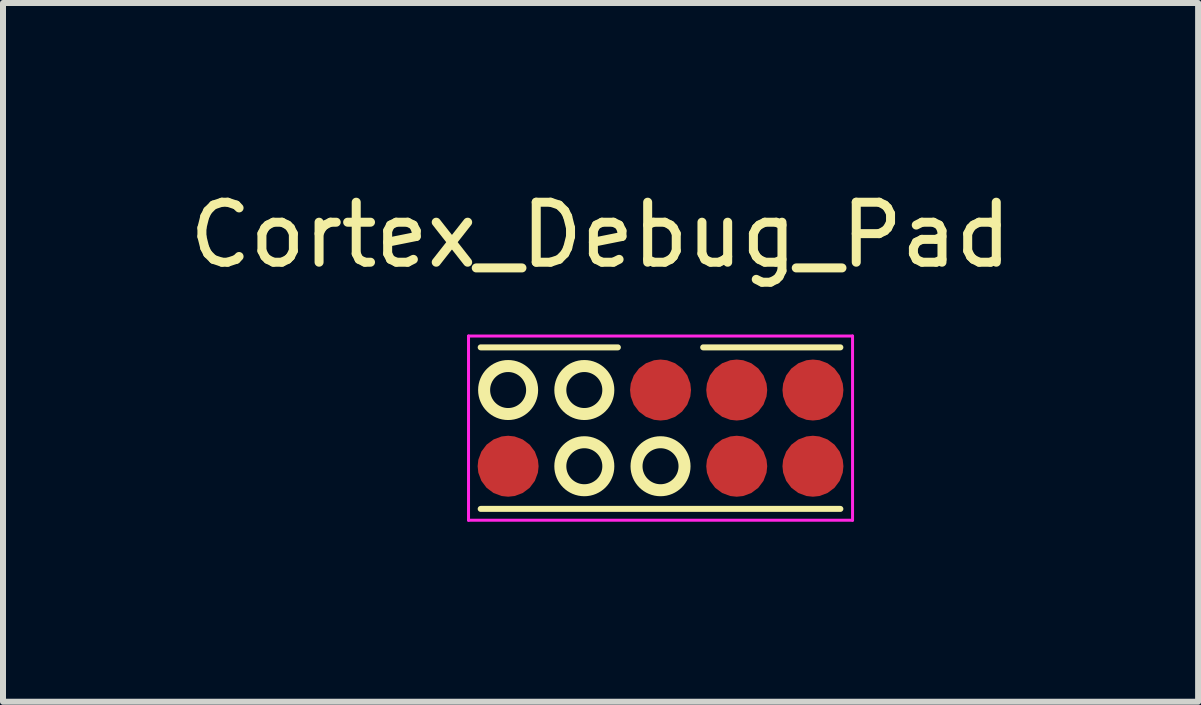
<source format=kicad_pcb>
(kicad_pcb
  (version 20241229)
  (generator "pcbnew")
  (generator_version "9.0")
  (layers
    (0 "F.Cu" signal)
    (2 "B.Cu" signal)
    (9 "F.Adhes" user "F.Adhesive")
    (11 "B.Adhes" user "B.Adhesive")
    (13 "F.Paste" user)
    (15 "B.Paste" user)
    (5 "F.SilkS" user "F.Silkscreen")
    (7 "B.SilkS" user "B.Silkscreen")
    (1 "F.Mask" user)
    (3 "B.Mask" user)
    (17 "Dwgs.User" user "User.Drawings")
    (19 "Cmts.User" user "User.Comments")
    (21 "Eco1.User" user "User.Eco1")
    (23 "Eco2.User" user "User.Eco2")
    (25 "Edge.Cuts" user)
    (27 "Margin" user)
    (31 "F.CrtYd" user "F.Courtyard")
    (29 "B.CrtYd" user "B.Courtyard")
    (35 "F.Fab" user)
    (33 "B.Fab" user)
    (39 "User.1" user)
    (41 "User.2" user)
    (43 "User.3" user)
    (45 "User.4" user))
  (footprint "Cortex_Debug_Pad"
    (layer "F.Cu")
    (at 7.958 3.45)
    (property "Reference" "Cortex_Debug_Pad" (at -1 -2 0) (layer "F.SilkS") (effects (font (size 1 1) (thickness 0.15)) (justify bottom)))
    (attr exclude_from_bom)
    (fp_line (start -2.997 1.981) (end 2.997 1.981) (stroke (width 0.1) (type solid)) (layer "F.SilkS"))
    (fp_line (start -0.711 -0.711) (end -2.997 -0.711) (stroke (width 0.1) (type solid)) (layer "F.SilkS"))
    (fp_line (start 2.997 -0.711) (end 0.711 -0.711) (stroke (width 0.1) (type solid)) (layer "F.SilkS"))
    (fp_circle (center -2.54 0) (end -2.14 0) (stroke (width 0.2) (type solid)) (fill no) (layer "F.SilkS"))
    (fp_circle (center -1.27 0) (end -0.87 0) (stroke (width 0.2) (type solid)) (fill no) (layer "F.SilkS"))
    (fp_circle (center -1.27 1.27) (end -0.87 1.27) (stroke (width 0.2) (type solid)) (fill no) (layer "F.SilkS"))
    (fp_circle (center 0 1.27) (end 0.4 1.27) (stroke (width 0.2) (type solid)) (fill no) (layer "F.SilkS"))
    (fp_line (start -3.2 -0.9) (end 3.2 -0.9) (stroke (width 0.05) (type solid)) (layer "F.CrtYd"))
    (fp_line (start -3.2 2.17) (end -3.2 -0.9) (stroke (width 0.05) (type solid)) (layer "F.CrtYd"))
    (fp_line (start 3.2 -0.9) (end 3.2 2.17) (stroke (width 0.05) (type solid)) (layer "F.CrtYd"))
    (fp_line (start 3.2 2.17) (end -3.2 2.17) (stroke (width 0.05) (type solid)) (layer "F.CrtYd"))
    (pad "1" smd roundrect (at 2.54 0) (size 1.016 1.016) (layers "F.Cu" "F.Mask") (roundrect_rratio 0.5))
    (pad "2" smd roundrect (at 2.54 1.27) (size 1.016 1.016) (layers "F.Cu" "F.Mask") (roundrect_rratio 0.5))
    (pad "3" smd roundrect (at 1.27 0) (size 1.016 1.016) (layers "F.Cu" "F.Mask") (roundrect_rratio 0.5))
    (pad "4" smd roundrect (at 1.27 1.27) (size 1.016 1.016) (layers "F.Cu" "F.Mask") (roundrect_rratio 0.5))
    (pad "5" smd roundrect (at 0 0) (size 1.016 1.016) (layers "F.Cu" "F.Mask") (roundrect_rratio 0.5))
    (pad "10" smd roundrect (at -2.54 1.27) (size 1.016 1.016) (layers "F.Cu" "F.Mask") (roundrect_rratio 0.5)))
  (gr_rect
    (start -3 -3)
    (end 16.917 8.645)
    (stroke (width 0.1) (type default))
    (fill no)
    (layer "Edge.Cuts")))
</source>
